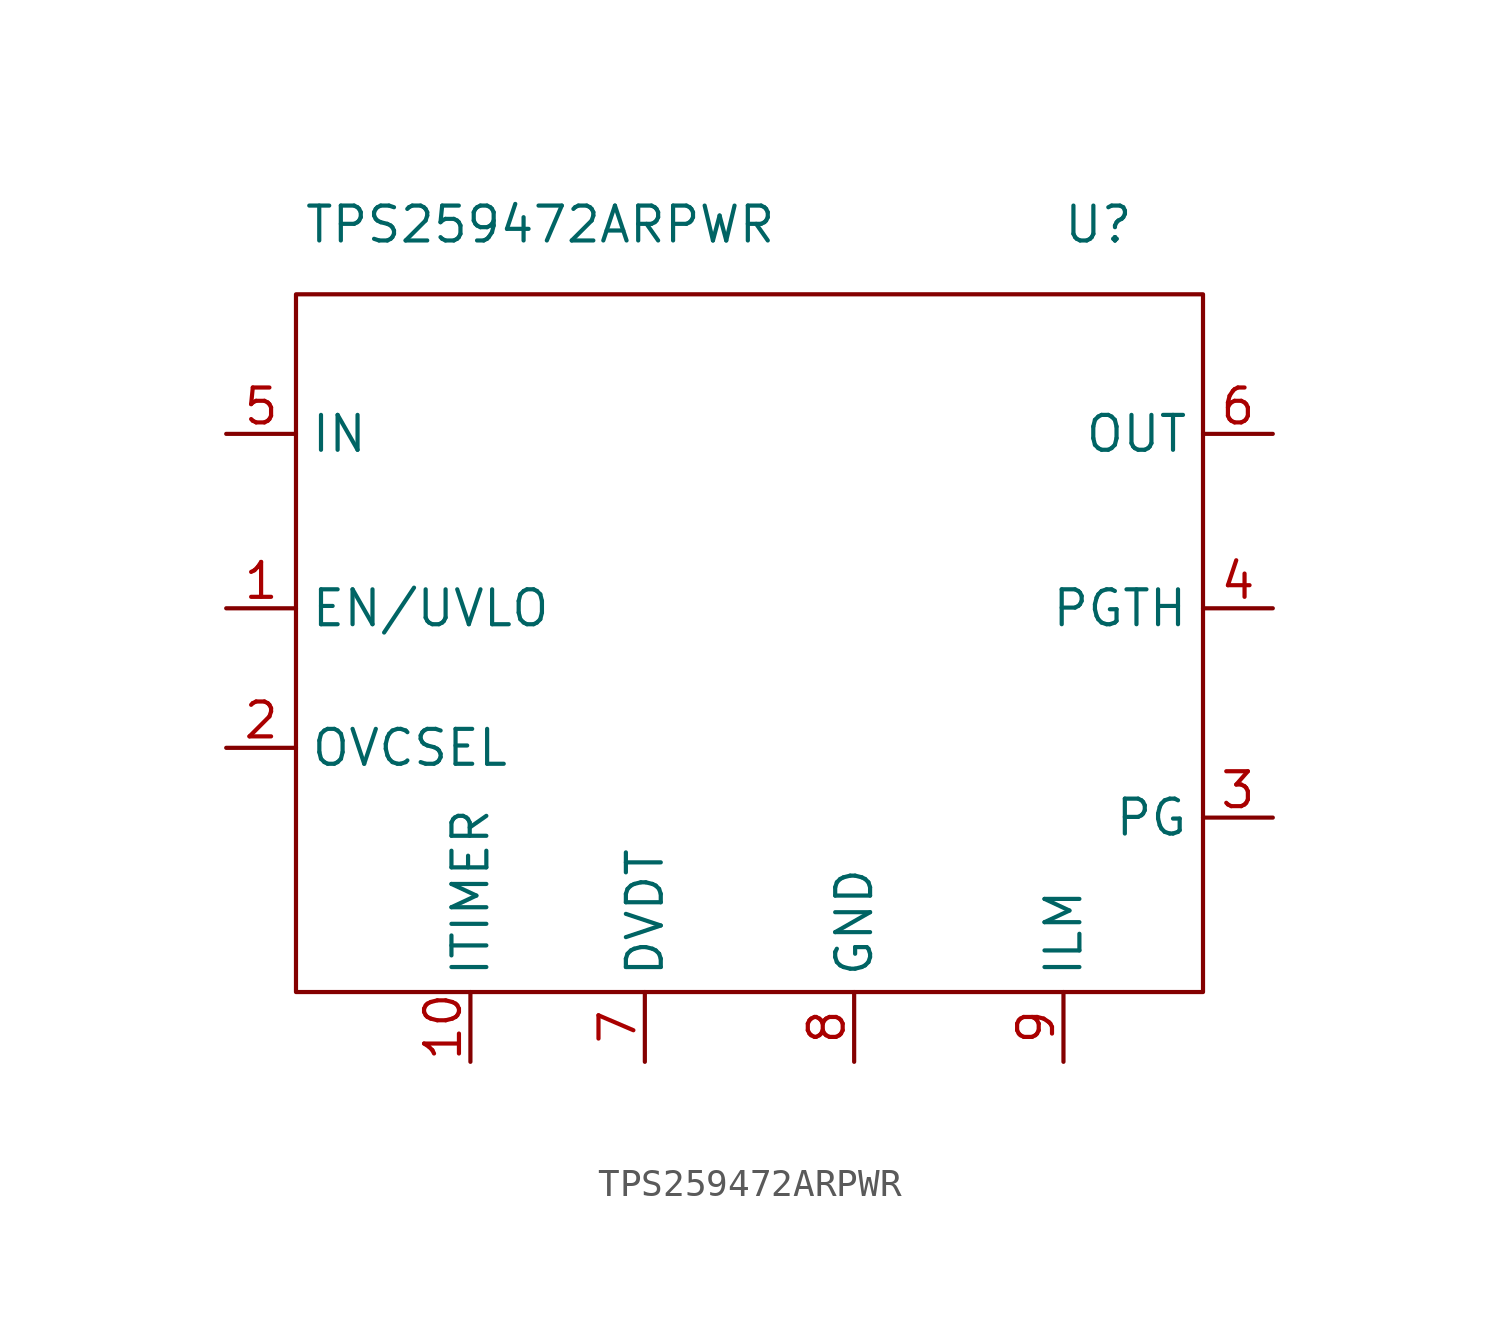
<source format=kicad_sym>
(kicad_symbol_lib
  (version 20211014)
  (generator kicad_symbol_editor)
  (symbol "TPS259472ARPWR"
    (property "Reference" "U"
      (at 45.72 -6.35 0)
      (effects (font (size 1.27 1.27))))
    (property "Value" "TPS259472ARPWR"
      (at 25.4 -6.35 0)
      (effects (font (size 1.27 1.27))))
    (symbol "TPS259472ARPWR_0_0"
      (pin input line (at 13.97 -20.32 0) (length 2.54) (name "EN/UVLO" (effects (font (size 1.27 1.27)))) (number "1" (effects (font (size 1.27 1.27)))))
      (pin output line (at 22.86 -36.83 90) (length 2.54) (name "ITIMER" (effects (font (size 1.27 1.27)))) (number "10" (effects (font (size 1.27 1.27)))))
      (pin input line (at 13.97 -25.4 0) (length 2.54) (name "OVCSEL" (effects (font (size 1.27 1.27)))) (number "2" (effects (font (size 1.27 1.27)))))
      (pin output line (at 52.07 -27.94 180) (length 2.54) (name "PG" (effects (font (size 1.27 1.27)))) (number "3" (effects (font (size 1.27 1.27)))))
      (pin input line (at 52.07 -20.32 180) (length 2.54) (name "PGTH" (effects (font (size 1.27 1.27)))) (number "4" (effects (font (size 1.27 1.27)))))
      (pin power_in line (at 13.97 -13.97 0) (length 2.54) (name "IN" (effects (font (size 1.27 1.27)))) (number "5" (effects (font (size 1.27 1.27)))))
      (pin power_out line (at 52.07 -13.97 180) (length 2.54) (name "OUT" (effects (font (size 1.27 1.27)))) (number "6" (effects (font (size 1.27 1.27)))))
      (pin output line (at 29.21 -36.83 90) (length 2.54) (name "DVDT" (effects (font (size 1.27 1.27)))) (number "7" (effects (font (size 1.27 1.27)))))
      (pin power_in line (at 36.83 -36.83 90) (length 2.54) (name "GND" (effects (font (size 1.27 1.27)))) (number "8" (effects (font (size 1.27 1.27)))))
      (pin output line (at 44.45 -36.83 90) (length 2.54) (name "ILM" (effects (font (size 1.27 1.27)))) (number "9" (effects (font (size 1.27 1.27))))))
    (symbol "TPS259472ARPWR_0_1"
      (rectangle (start 16.51 -8.89) (end 49.53 -34.29) (stroke (width 0) (type default) (color 0 0 0 0)) (fill (type none))))))
</source>
